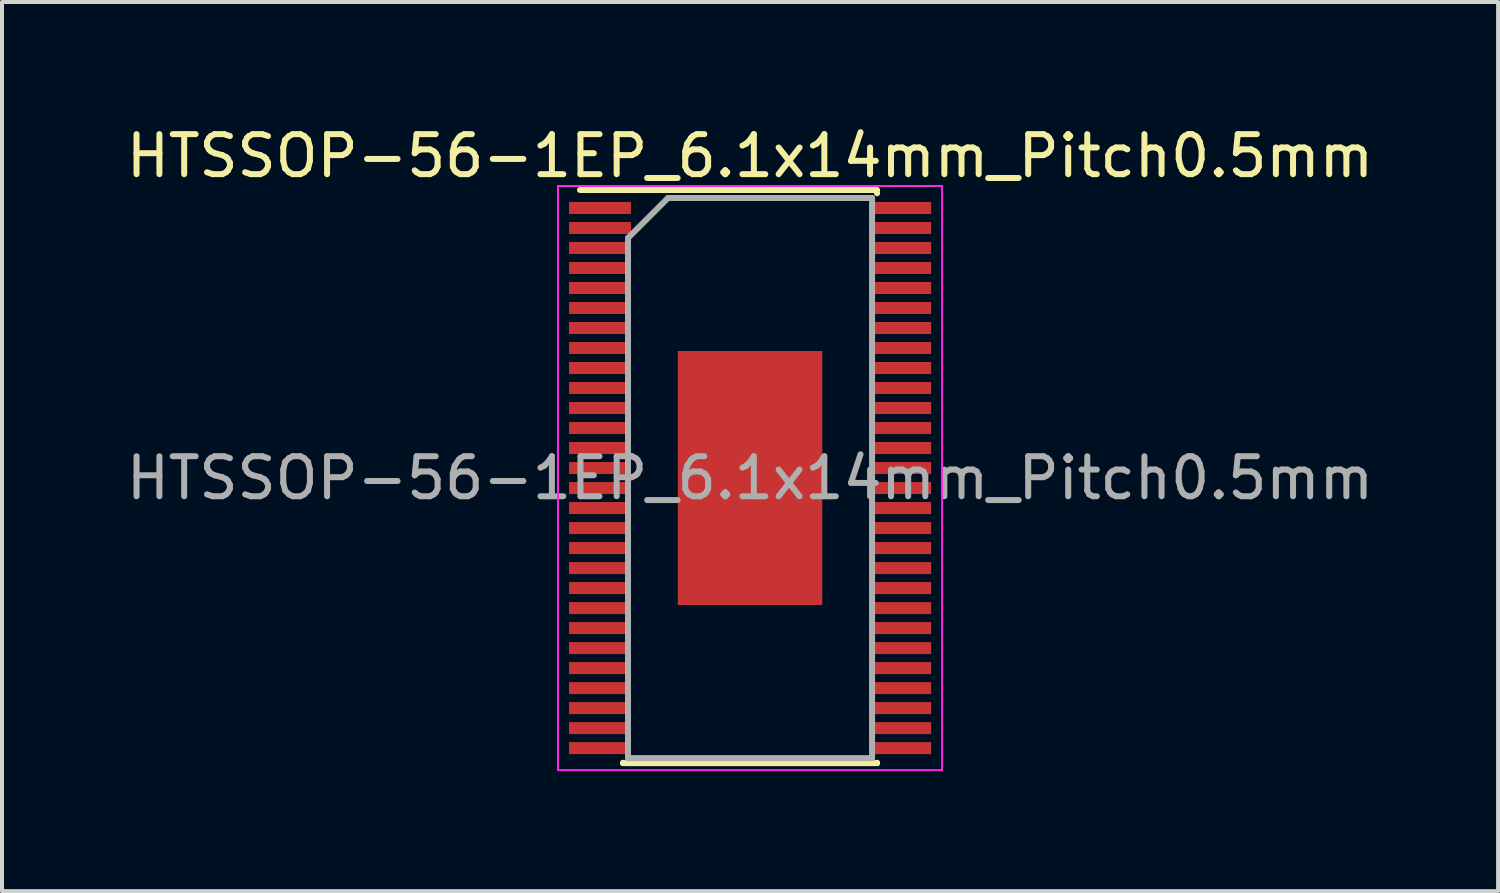
<source format=kicad_pcb>
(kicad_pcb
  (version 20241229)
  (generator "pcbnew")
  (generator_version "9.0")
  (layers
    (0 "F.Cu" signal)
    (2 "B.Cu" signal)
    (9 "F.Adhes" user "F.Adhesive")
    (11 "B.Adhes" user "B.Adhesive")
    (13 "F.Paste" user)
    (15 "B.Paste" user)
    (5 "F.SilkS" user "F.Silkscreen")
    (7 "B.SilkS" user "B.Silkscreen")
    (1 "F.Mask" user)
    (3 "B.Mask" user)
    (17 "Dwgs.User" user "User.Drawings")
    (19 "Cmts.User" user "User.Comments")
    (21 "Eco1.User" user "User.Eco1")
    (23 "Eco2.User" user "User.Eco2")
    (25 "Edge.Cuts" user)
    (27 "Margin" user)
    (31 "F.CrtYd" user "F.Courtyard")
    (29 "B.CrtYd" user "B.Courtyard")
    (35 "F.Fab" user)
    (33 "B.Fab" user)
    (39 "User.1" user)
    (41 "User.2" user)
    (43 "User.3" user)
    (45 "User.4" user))
  (footprint "HTSSOP-56-1EP_6.1x14mm_Pitch0.5mm"
    (layer "F.Cu")
    (at 15.696 8.898)
    (property "Reference" "HTSSOP-56-1EP_6.1x14mm_Pitch0.5mm" (at 0 -8.05 0) (layer "F.SilkS") (effects (font (size 1 1) (thickness 0.15))))
    (attr smd)
    (fp_line (start -4.25 -7.2) (end 3.175 -7.2) (stroke (width 0.15) (type solid)) (layer "F.SilkS"))
    (fp_line (start -3.175 7.125) (end -3.175 7.117) (stroke (width 0.15) (type solid)) (layer "F.SilkS"))
    (fp_line (start -3.175 7.125) (end 3.175 7.125) (stroke (width 0.15) (type solid)) (layer "F.SilkS"))
    (fp_line (start 3.175 -7.125) (end 3.175 -7.117) (stroke (width 0.15) (type solid)) (layer "F.SilkS"))
    (fp_line (start 3.175 7.125) (end 3.175 7.117) (stroke (width 0.15) (type solid)) (layer "F.SilkS"))
    (fp_line (start -4.8 -7.3) (end -4.8 7.3) (stroke (width 0.05) (type solid)) (layer "F.CrtYd"))
    (fp_line (start -4.8 -7.3) (end 4.8 -7.3) (stroke (width 0.05) (type solid)) (layer "F.CrtYd"))
    (fp_line (start -4.8 7.3) (end 4.8 7.3) (stroke (width 0.05) (type solid)) (layer "F.CrtYd"))
    (fp_line (start 4.8 -7.3) (end 4.8 7.3) (stroke (width 0.05) (type solid)) (layer "F.CrtYd"))
    (fp_line (start -3.05 -6) (end -2.05 -7) (stroke (width 0.15) (type solid)) (layer "F.Fab"))
    (fp_line (start -3.05 7) (end -3.05 -6) (stroke (width 0.15) (type solid)) (layer "F.Fab"))
    (fp_line (start -2.05 -7) (end 3.05 -7) (stroke (width 0.15) (type solid)) (layer "F.Fab"))
    (fp_line (start 3.05 -7) (end 3.05 7) (stroke (width 0.15) (type solid)) (layer "F.Fab"))
    (fp_line (start 3.05 7) (end -3.05 7) (stroke (width 0.15) (type solid)) (layer "F.Fab"))
    (fp_text user "${REFERENCE}" (at 0 0 0) (layer "F.Fab") (effects (font (size 1 1) (thickness 0.15))))
    (pad "1" smd rect (at -3.75 -6.75) (size 1.55 0.3) (layers "F.Cu" "F.Mask" "F.Paste"))
    (pad "2" smd rect (at -3.75 -6.25) (size 1.55 0.3) (layers "F.Cu" "F.Mask" "F.Paste"))
    (pad "3" smd rect (at -3.75 -5.75) (size 1.55 0.3) (layers "F.Cu" "F.Mask" "F.Paste"))
    (pad "4" smd rect (at -3.75 -5.25) (size 1.55 0.3) (layers "F.Cu" "F.Mask" "F.Paste"))
    (pad "5" smd rect (at -3.75 -4.75) (size 1.55 0.3) (layers "F.Cu" "F.Mask" "F.Paste"))
    (pad "6" smd rect (at -3.75 -4.25) (size 1.55 0.3) (layers "F.Cu" "F.Mask" "F.Paste"))
    (pad "7" smd rect (at -3.75 -3.75) (size 1.55 0.3) (layers "F.Cu" "F.Mask" "F.Paste"))
    (pad "8" smd rect (at -3.75 -3.25) (size 1.55 0.3) (layers "F.Cu" "F.Mask" "F.Paste"))
    (pad "9" smd rect (at -3.75 -2.75) (size 1.55 0.3) (layers "F.Cu" "F.Mask" "F.Paste"))
    (pad "10" smd rect (at -3.75 -2.25) (size 1.55 0.3) (layers "F.Cu" "F.Mask" "F.Paste"))
    (pad "11" smd rect (at -3.75 -1.75) (size 1.55 0.3) (layers "F.Cu" "F.Mask" "F.Paste"))
    (pad "12" smd rect (at -3.75 -1.25) (size 1.55 0.3) (layers "F.Cu" "F.Mask" "F.Paste"))
    (pad "13" smd rect (at -3.75 -0.75) (size 1.55 0.3) (layers "F.Cu" "F.Mask" "F.Paste"))
    (pad "14" smd rect (at -3.75 -0.25) (size 1.55 0.3) (layers "F.Cu" "F.Mask" "F.Paste"))
    (pad "15" smd rect (at -3.75 0.25) (size 1.55 0.3) (layers "F.Cu" "F.Mask" "F.Paste"))
    (pad "16" smd rect (at -3.75 0.75) (size 1.55 0.3) (layers "F.Cu" "F.Mask" "F.Paste"))
    (pad "17" smd rect (at -3.75 1.25) (size 1.55 0.3) (layers "F.Cu" "F.Mask" "F.Paste"))
    (pad "18" smd rect (at -3.75 1.75) (size 1.55 0.3) (layers "F.Cu" "F.Mask" "F.Paste"))
    (pad "19" smd rect (at -3.75 2.25) (size 1.55 0.3) (layers "F.Cu" "F.Mask" "F.Paste"))
    (pad "20" smd rect (at -3.75 2.75) (size 1.55 0.3) (layers "F.Cu" "F.Mask" "F.Paste"))
    (pad "21" smd rect (at -3.75 3.25) (size 1.55 0.3) (layers "F.Cu" "F.Mask" "F.Paste"))
    (pad "22" smd rect (at -3.75 3.75) (size 1.55 0.3) (layers "F.Cu" "F.Mask" "F.Paste"))
    (pad "23" smd rect (at -3.75 4.25) (size 1.55 0.3) (layers "F.Cu" "F.Mask" "F.Paste"))
    (pad "24" smd rect (at -3.75 4.75) (size 1.55 0.3) (layers "F.Cu" "F.Mask" "F.Paste"))
    (pad "25" smd rect (at -3.75 5.25) (size 1.55 0.3) (layers "F.Cu" "F.Mask" "F.Paste"))
    (pad "26" smd rect (at -3.75 5.75) (size 1.55 0.3) (layers "F.Cu" "F.Mask" "F.Paste"))
    (pad "27" smd rect (at -3.75 6.25) (size 1.55 0.3) (layers "F.Cu" "F.Mask" "F.Paste"))
    (pad "28" smd rect (at -3.75 6.75) (size 1.55 0.3) (layers "F.Cu" "F.Mask" "F.Paste"))
    (pad "29" smd rect (at 3.75 6.75) (size 1.55 0.3) (layers "F.Cu" "F.Mask" "F.Paste"))
    (pad "30" smd rect (at 3.75 6.25) (size 1.55 0.3) (layers "F.Cu" "F.Mask" "F.Paste"))
    (pad "31" smd rect (at 3.75 5.75) (size 1.55 0.3) (layers "F.Cu" "F.Mask" "F.Paste"))
    (pad "32" smd rect (at 3.75 5.25) (size 1.55 0.3) (layers "F.Cu" "F.Mask" "F.Paste"))
    (pad "33" smd rect (at 3.75 4.75) (size 1.55 0.3) (layers "F.Cu" "F.Mask" "F.Paste"))
    (pad "34" smd rect (at 3.75 4.25) (size 1.55 0.3) (layers "F.Cu" "F.Mask" "F.Paste"))
    (pad "35" smd rect (at 3.75 3.75) (size 1.55 0.3) (layers "F.Cu" "F.Mask" "F.Paste"))
    (pad "36" smd rect (at 3.75 3.25) (size 1.55 0.3) (layers "F.Cu" "F.Mask" "F.Paste"))
    (pad "37" smd rect (at 3.75 2.75) (size 1.55 0.3) (layers "F.Cu" "F.Mask" "F.Paste"))
    (pad "38" smd rect (at 3.75 2.25) (size 1.55 0.3) (layers "F.Cu" "F.Mask" "F.Paste"))
    (pad "39" smd rect (at 3.75 1.75) (size 1.55 0.3) (layers "F.Cu" "F.Mask" "F.Paste"))
    (pad "40" smd rect (at 3.75 1.25) (size 1.55 0.3) (layers "F.Cu" "F.Mask" "F.Paste"))
    (pad "41" smd rect (at 3.75 0.75) (size 1.55 0.3) (layers "F.Cu" "F.Mask" "F.Paste"))
    (pad "42" smd rect (at 3.75 0.25) (size 1.55 0.3) (layers "F.Cu" "F.Mask" "F.Paste"))
    (pad "43" smd rect (at 3.75 -0.25) (size 1.55 0.3) (layers "F.Cu" "F.Mask" "F.Paste"))
    (pad "44" smd rect (at 3.75 -0.75) (size 1.55 0.3) (layers "F.Cu" "F.Mask" "F.Paste"))
    (pad "45" smd rect (at 3.75 -1.25) (size 1.55 0.3) (layers "F.Cu" "F.Mask" "F.Paste"))
    (pad "46" smd rect (at 3.75 -1.75) (size 1.55 0.3) (layers "F.Cu" "F.Mask" "F.Paste"))
    (pad "47" smd rect (at 3.75 -2.25) (size 1.55 0.3) (layers "F.Cu" "F.Mask" "F.Paste"))
    (pad "48" smd rect (at 3.75 -2.75) (size 1.55 0.3) (layers "F.Cu" "F.Mask" "F.Paste"))
    (pad "49" smd rect (at 3.75 -3.25) (size 1.55 0.3) (layers "F.Cu" "F.Mask" "F.Paste"))
    (pad "50" smd rect (at 3.75 -3.75) (size 1.55 0.3) (layers "F.Cu" "F.Mask" "F.Paste"))
    (pad "51" smd rect (at 3.75 -4.25) (size 1.55 0.3) (layers "F.Cu" "F.Mask" "F.Paste"))
    (pad "52" smd rect (at 3.75 -4.75) (size 1.55 0.3) (layers "F.Cu" "F.Mask" "F.Paste"))
    (pad "53" smd rect (at 3.75 -5.25) (size 1.55 0.3) (layers "F.Cu" "F.Mask" "F.Paste"))
    (pad "54" smd rect (at 3.75 -5.75) (size 1.55 0.3) (layers "F.Cu" "F.Mask" "F.Paste"))
    (pad "55" smd rect (at 3.75 -6.25) (size 1.55 0.3) (layers "F.Cu" "F.Mask" "F.Paste"))
    (pad "56" smd rect (at 3.75 -6.75) (size 1.55 0.3) (layers "F.Cu" "F.Mask" "F.Paste"))
    (pad "57" smd rect (at 0 0) (size 3.61 6.35) (layers "F.Cu" "F.Mask" "F.Paste")))
  (gr_rect
    (start -3 -3)
    (end 34.393 19.223)
    (stroke (width 0.1) (type default))
    (fill no)
    (layer "Edge.Cuts")))
</source>
